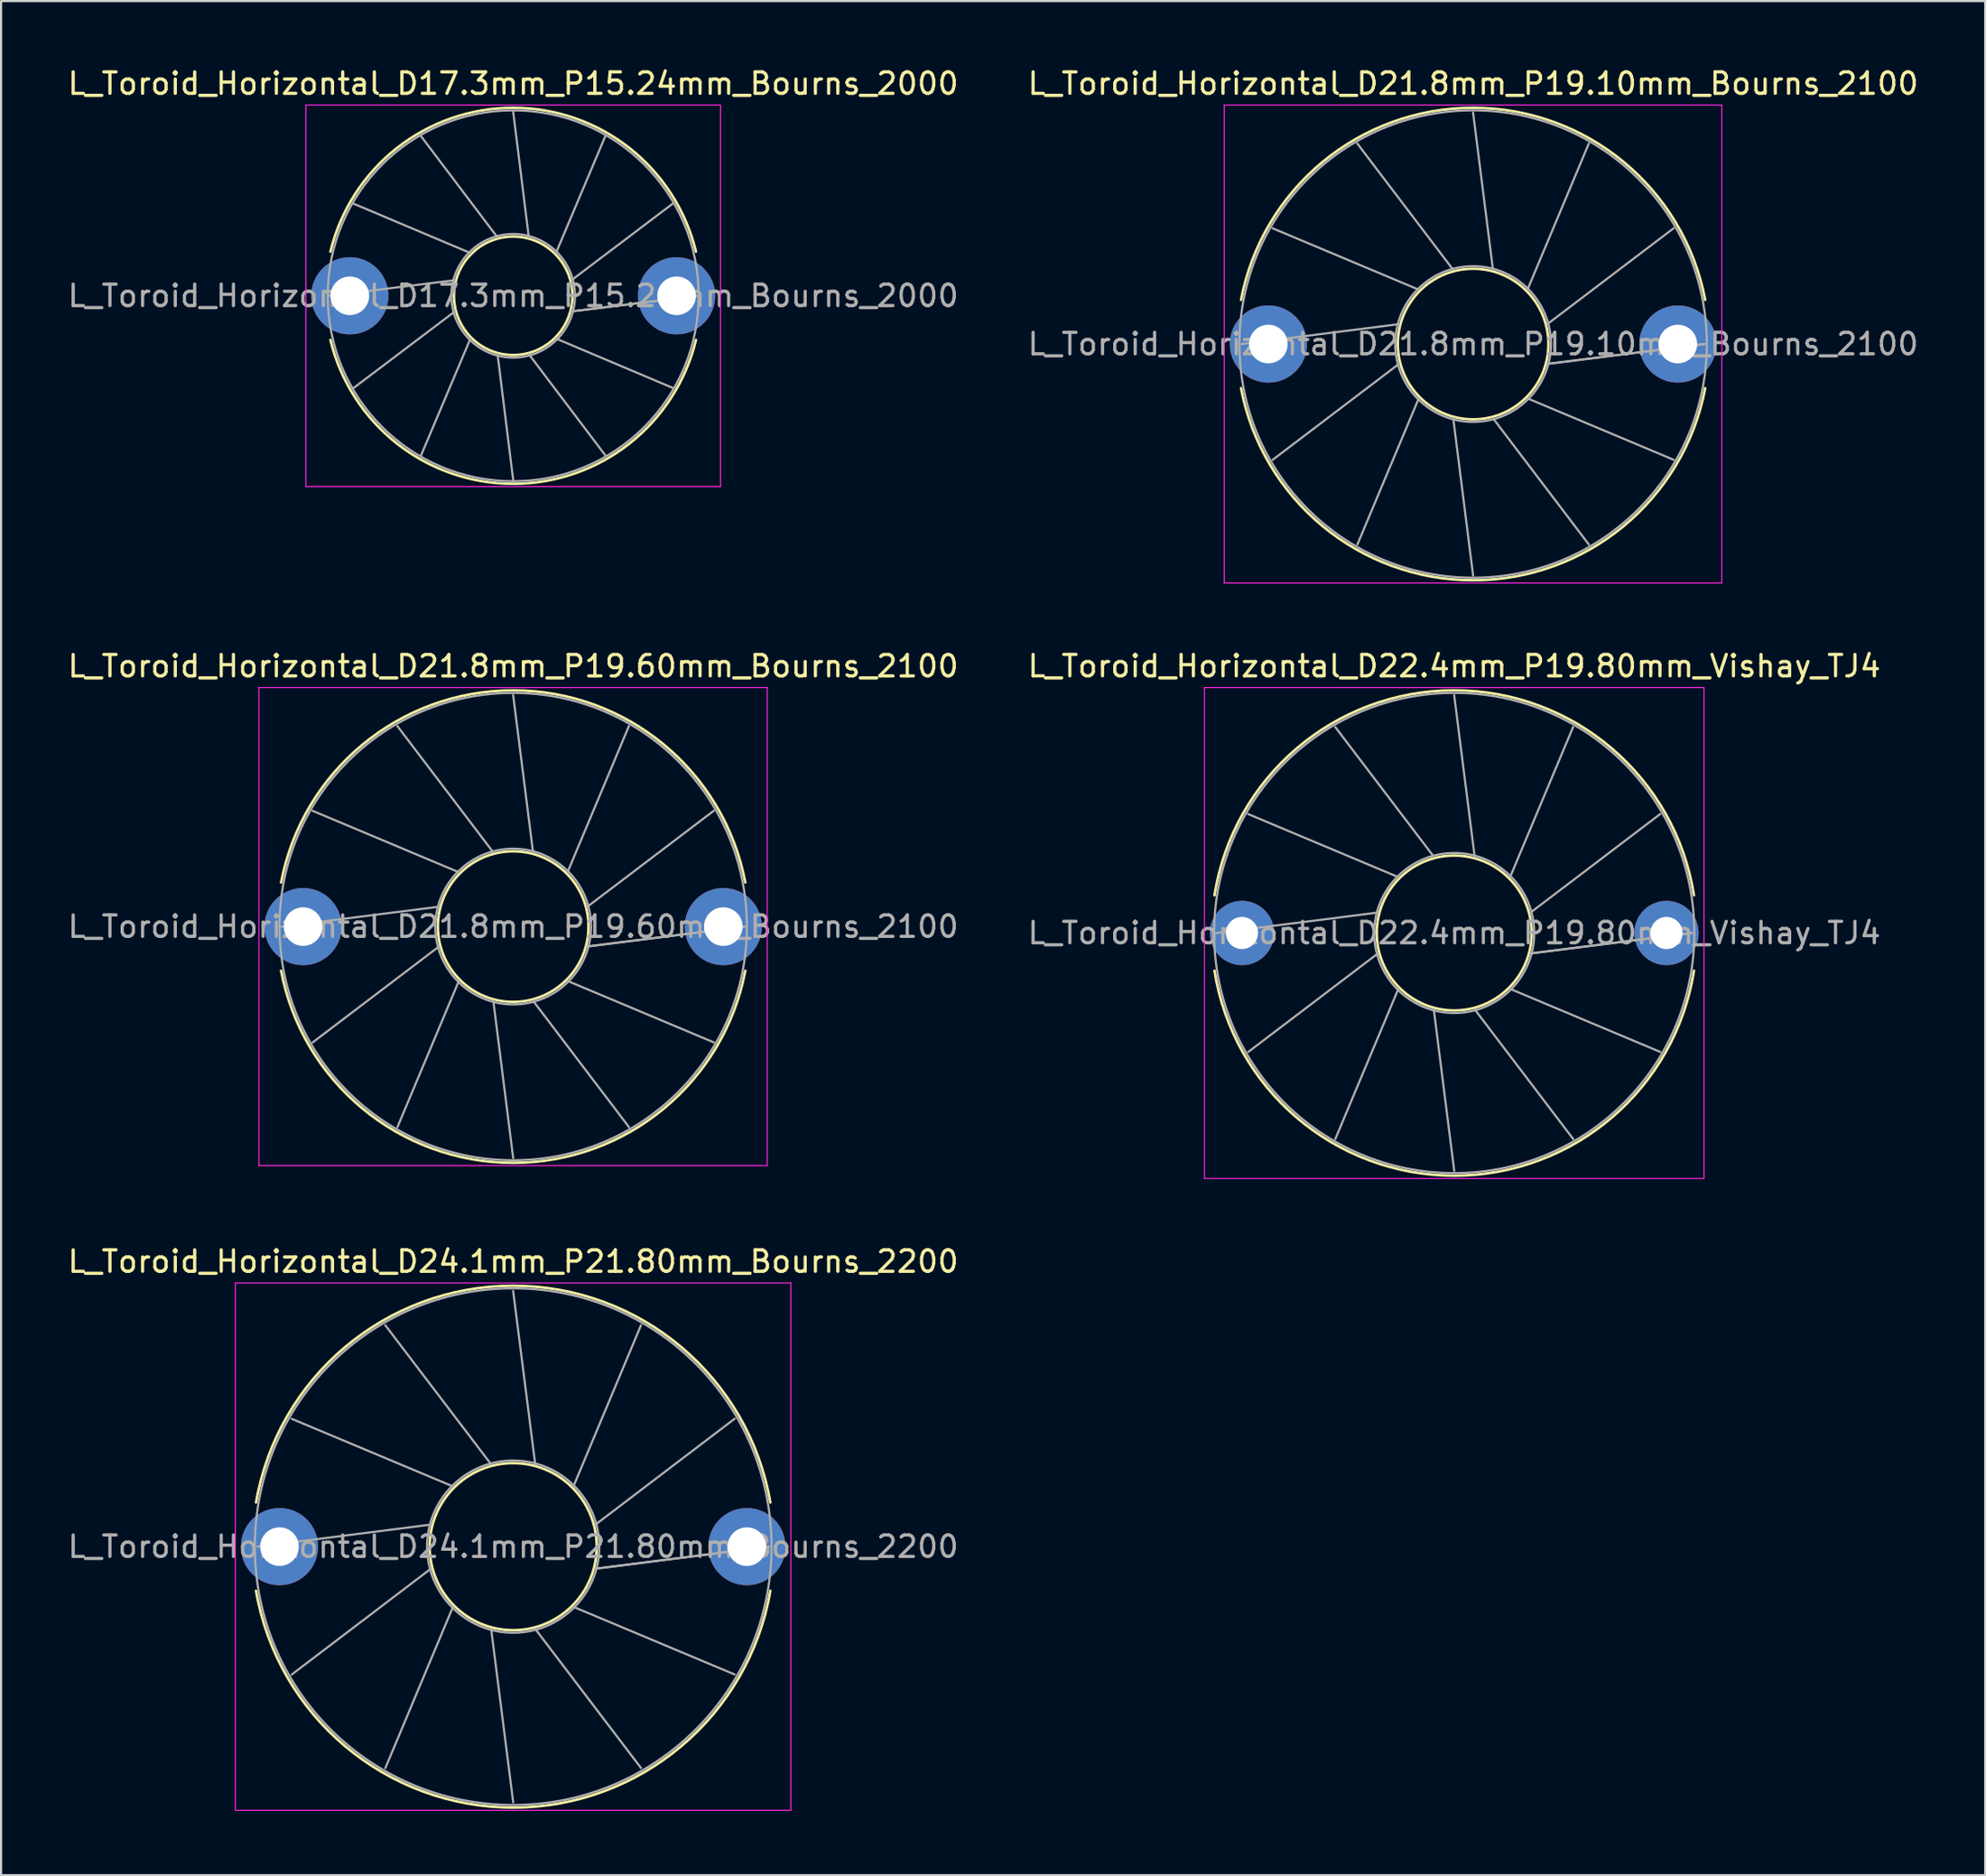
<source format=kicad_pcb>
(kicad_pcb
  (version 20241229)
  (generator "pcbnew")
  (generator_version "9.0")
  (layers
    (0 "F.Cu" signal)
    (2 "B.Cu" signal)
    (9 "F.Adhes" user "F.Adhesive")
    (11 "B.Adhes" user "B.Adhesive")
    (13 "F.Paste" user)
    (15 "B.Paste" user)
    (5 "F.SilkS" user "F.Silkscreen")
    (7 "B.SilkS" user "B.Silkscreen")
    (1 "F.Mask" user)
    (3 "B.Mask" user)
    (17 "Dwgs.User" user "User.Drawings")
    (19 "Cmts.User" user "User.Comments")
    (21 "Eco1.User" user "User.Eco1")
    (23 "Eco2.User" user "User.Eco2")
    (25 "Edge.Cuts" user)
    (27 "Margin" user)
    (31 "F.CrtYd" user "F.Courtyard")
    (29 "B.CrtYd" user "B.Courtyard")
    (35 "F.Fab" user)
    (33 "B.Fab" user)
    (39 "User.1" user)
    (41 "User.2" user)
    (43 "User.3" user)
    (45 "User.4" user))
  (footprint "L_Toroid_Horizontal_D21.8mm_P19.60mm_Bourns_2100"
    (layer "F.Cu")
    (at 11.087 40.172)
    (property "Reference" "L_Toroid_Horizontal_D21.8mm_P19.60mm_Bourns_2100" (at 9.8 -12.15 0) (layer "F.SilkS") (effects (font (size 1 1) (thickness 0.15))))
    (attr through_hole)
    (fp_arc (start -1.025747 -2.06) (mid 9.8 -11.02) (end 20.625747 -2.06) (stroke (width 0.12) (type solid)) (layer "F.SilkS"))
    (fp_arc (start 20.625747 2.06) (mid 9.8 11.02) (end -1.025747 2.06) (stroke (width 0.12) (type solid)) (layer "F.SilkS"))
    (fp_circle (center 9.8 0) (end 13.313 0) (stroke (width 0.12) (type solid)) (fill no) (layer "F.SilkS"))
    (fp_line (start -2.06 -11.15) (end -2.06 11.15) (stroke (width 0.05) (type solid)) (layer "F.CrtYd"))
    (fp_line (start -2.06 11.15) (end 21.65 11.15) (stroke (width 0.05) (type solid)) (layer "F.CrtYd"))
    (fp_line (start 21.65 -11.15) (end -2.06 -11.15) (stroke (width 0.05) (type solid)) (layer "F.CrtYd"))
    (fp_line (start 21.65 11.15) (end 21.65 -11.15) (stroke (width 0.05) (type solid)) (layer "F.CrtYd"))
    (fp_line (start -1 0.001) (end 6.338 -0.927) (stroke (width 0.1) (type solid)) (layer "F.Fab"))
    (fp_line (start 0.447 -5.399) (end 7.266 -2.534) (stroke (width 0.1) (type solid)) (layer "F.Fab"))
    (fp_line (start 0.448 5.401) (end 6.339 0.928) (stroke (width 0.1) (type solid)) (layer "F.Fab"))
    (fp_line (start 4.399 -9.352) (end 8.872 -3.461) (stroke (width 0.1) (type solid)) (layer "F.Fab"))
    (fp_line (start 4.401 9.353) (end 7.266 2.534) (stroke (width 0.1) (type solid)) (layer "F.Fab"))
    (fp_line (start 9.798 -10.8) (end 10.727 -3.462) (stroke (width 0.1) (type solid)) (layer "F.Fab"))
    (fp_line (start 9.8 10.8) (end 8.873 3.462) (stroke (width 0.1) (type solid)) (layer "F.Fab"))
    (fp_line (start 15.198 -9.354) (end 12.334 -2.534) (stroke (width 0.1) (type solid)) (layer "F.Fab"))
    (fp_line (start 15.2 9.353) (end 10.728 3.461) (stroke (width 0.1) (type solid)) (layer "F.Fab"))
    (fp_line (start 19.152 -5.401) (end 13.261 -0.928) (stroke (width 0.1) (type solid)) (layer "F.Fab"))
    (fp_line (start 19.153 5.4) (end 12.334 2.534) (stroke (width 0.1) (type solid)) (layer "F.Fab"))
    (fp_line (start 20.6 -0.002) (end 13.262 0.927) (stroke (width 0.1) (type solid)) (layer "F.Fab"))
    (fp_line (start 20.6 0) (end 13.261 0.927) (stroke (width 0.1) (type solid)) (layer "F.Fab"))
    (fp_circle (center 9.8 0) (end 13.433 0) (stroke (width 0.1) (type solid)) (fill no) (layer "F.Fab"))
    (fp_circle (center 9.8 0) (end 20.7 0) (stroke (width 0.1) (type solid)) (fill no) (layer "F.Fab"))
    (fp_text user "${REFERENCE}" (at 9.8 0 0) (layer "F.Fab") (effects (font (size 1 1) (thickness 0.15))))
    (pad "1" thru_hole circle (at 0 0) (size 3.6 3.6) (drill 1.8) (layers "*.Cu" "*.Mask"))
    (pad "2" thru_hole circle (at 19.6 0) (size 3.6 3.6) (drill 1.8) (layers "*.Cu" "*.Mask")))
  (footprint "L_Toroid_Horizontal_D21.8mm_P19.10mm_Bourns_2100"
    (layer "F.Cu")
    (at 56.111 12.998)
    (property "Reference" "L_Toroid_Horizontal_D21.8mm_P19.10mm_Bourns_2100" (at 9.55 -12.15 0) (layer "F.SilkS") (effects (font (size 1 1) (thickness 0.15))))
    (attr through_hole)
    (fp_arc (start -1.275747 -2.06) (mid 9.55 -11.02) (end 20.375747 -2.06) (stroke (width 0.12) (type solid)) (layer "F.SilkS"))
    (fp_arc (start 20.375747 2.06) (mid 9.55 11.02) (end -1.275747 2.06) (stroke (width 0.12) (type solid)) (layer "F.SilkS"))
    (fp_circle (center 9.55 0) (end 13.063 0) (stroke (width 0.12) (type solid)) (fill no) (layer "F.SilkS"))
    (fp_line (start -2.06 -11.15) (end -2.06 11.15) (stroke (width 0.05) (type solid)) (layer "F.CrtYd"))
    (fp_line (start -2.06 11.15) (end 21.15 11.15) (stroke (width 0.05) (type solid)) (layer "F.CrtYd"))
    (fp_line (start 21.15 -11.15) (end -2.06 -11.15) (stroke (width 0.05) (type solid)) (layer "F.CrtYd"))
    (fp_line (start 21.15 11.15) (end 21.15 -11.15) (stroke (width 0.05) (type solid)) (layer "F.CrtYd"))
    (fp_line (start -1.25 0.001) (end 6.088 -0.927) (stroke (width 0.1) (type solid)) (layer "F.Fab"))
    (fp_line (start 0.197 -5.399) (end 7.016 -2.534) (stroke (width 0.1) (type solid)) (layer "F.Fab"))
    (fp_line (start 0.198 5.401) (end 6.089 0.928) (stroke (width 0.1) (type solid)) (layer "F.Fab"))
    (fp_line (start 4.149 -9.352) (end 8.622 -3.461) (stroke (width 0.1) (type solid)) (layer "F.Fab"))
    (fp_line (start 4.151 9.353) (end 7.016 2.534) (stroke (width 0.1) (type solid)) (layer "F.Fab"))
    (fp_line (start 9.548 -10.8) (end 10.477 -3.462) (stroke (width 0.1) (type solid)) (layer "F.Fab"))
    (fp_line (start 9.55 10.8) (end 8.623 3.462) (stroke (width 0.1) (type solid)) (layer "F.Fab"))
    (fp_line (start 14.948 -9.354) (end 12.084 -2.534) (stroke (width 0.1) (type solid)) (layer "F.Fab"))
    (fp_line (start 14.95 9.353) (end 10.478 3.461) (stroke (width 0.1) (type solid)) (layer "F.Fab"))
    (fp_line (start 18.902 -5.401) (end 13.011 -0.928) (stroke (width 0.1) (type solid)) (layer "F.Fab"))
    (fp_line (start 18.903 5.4) (end 12.084 2.534) (stroke (width 0.1) (type solid)) (layer "F.Fab"))
    (fp_line (start 20.35 -0.002) (end 13.012 0.927) (stroke (width 0.1) (type solid)) (layer "F.Fab"))
    (fp_line (start 20.35 0) (end 13.011 0.927) (stroke (width 0.1) (type solid)) (layer "F.Fab"))
    (fp_circle (center 9.55 0) (end 13.183 0) (stroke (width 0.1) (type solid)) (fill no) (layer "F.Fab"))
    (fp_circle (center 9.55 0) (end 20.45 0) (stroke (width 0.1) (type solid)) (fill no) (layer "F.Fab"))
    (fp_text user "${REFERENCE}" (at 9.55 0 0) (layer "F.Fab") (effects (font (size 1 1) (thickness 0.15))))
    (pad "1" thru_hole circle (at 0 0) (size 3.6 3.6) (drill 1.8) (layers "*.Cu" "*.Mask"))
    (pad "2" thru_hole circle (at 19.1 0) (size 3.6 3.6) (drill 1.8) (layers "*.Cu" "*.Mask")))
  (footprint "L_Toroid_Horizontal_D17.3mm_P15.24mm_Bourns_2000"
    (layer "F.Cu")
    (at 13.267 10.748)
    (property "Reference" "L_Toroid_Horizontal_D17.3mm_P15.24mm_Bourns_2000" (at 7.62 -9.9 0) (layer "F.SilkS") (effects (font (size 1 1) (thickness 0.15))))
    (attr through_hole)
    (fp_arc (start -0.904629 -2.06) (mid 7.62 -8.77) (end 16.144629 -2.06) (stroke (width 0.12) (type solid)) (layer "F.SilkS"))
    (fp_arc (start 16.144629 2.06) (mid 7.62 8.77) (end -0.904629 2.06) (stroke (width 0.12) (type solid)) (layer "F.SilkS"))
    (fp_circle (center 7.62 0) (end 10.383 0) (stroke (width 0.12) (type solid)) (fill no) (layer "F.SilkS"))
    (fp_line (start -2.05 -8.9) (end -2.05 8.9) (stroke (width 0.05) (type solid)) (layer "F.CrtYd"))
    (fp_line (start -2.05 8.9) (end 17.29 8.9) (stroke (width 0.05) (type solid)) (layer "F.CrtYd"))
    (fp_line (start 17.29 -8.9) (end -2.05 -8.9) (stroke (width 0.05) (type solid)) (layer "F.CrtYd"))
    (fp_line (start 17.29 8.9) (end 17.29 -8.9) (stroke (width 0.05) (type solid)) (layer "F.CrtYd"))
    (fp_line (start -0.975 0.001) (end 4.897 -0.729) (stroke (width 0.1) (type solid)) (layer "F.Fab"))
    (fp_line (start 0.176 -4.296) (end 5.627 -1.993) (stroke (width 0.1) (type solid)) (layer "F.Fab"))
    (fp_line (start 0.177 4.298) (end 4.898 0.73) (stroke (width 0.1) (type solid)) (layer "F.Fab"))
    (fp_line (start 3.322 -7.443) (end 6.89 -2.722) (stroke (width 0.1) (type solid)) (layer "F.Fab"))
    (fp_line (start 3.323 7.443) (end 5.627 1.993) (stroke (width 0.1) (type solid)) (layer "F.Fab"))
    (fp_line (start 7.619 -8.595) (end 8.349 -2.723) (stroke (width 0.1) (type solid)) (layer "F.Fab"))
    (fp_line (start 7.62 8.595) (end 6.891 2.723) (stroke (width 0.1) (type solid)) (layer "F.Fab"))
    (fp_line (start 11.916 -7.444) (end 9.613 -1.993) (stroke (width 0.1) (type solid)) (layer "F.Fab"))
    (fp_line (start 11.918 7.443) (end 8.35 2.723) (stroke (width 0.1) (type solid)) (layer "F.Fab"))
    (fp_line (start 15.062 -4.299) (end 10.342 -0.73) (stroke (width 0.1) (type solid)) (layer "F.Fab"))
    (fp_line (start 15.063 4.297) (end 9.613 1.993) (stroke (width 0.1) (type solid)) (layer "F.Fab"))
    (fp_line (start 16.215 -0.002) (end 10.343 0.729) (stroke (width 0.1) (type solid)) (layer "F.Fab"))
    (fp_line (start 16.215 0) (end 10.343 0.729) (stroke (width 0.1) (type solid)) (layer "F.Fab"))
    (fp_circle (center 7.62 0) (end 10.503 0) (stroke (width 0.1) (type solid)) (fill no) (layer "F.Fab"))
    (fp_circle (center 7.62 0) (end 16.27 0) (stroke (width 0.1) (type solid)) (fill no) (layer "F.Fab"))
    (fp_text user "${REFERENCE}" (at 7.62 0 0) (layer "F.Fab") (effects (font (size 1 1) (thickness 0.15))))
    (pad "1" thru_hole circle (at 0 0) (size 3.6 3.6) (drill 1.8) (layers "*.Cu" "*.Mask"))
    (pad "2" thru_hole circle (at 15.24 0) (size 3.6 3.6) (drill 1.8) (layers "*.Cu" "*.Mask")))
  (footprint "L_Toroid_Horizontal_D24.1mm_P21.80mm_Bourns_2200"
    (layer "F.Cu")
    (at 9.987 69.095)
    (property "Reference" "L_Toroid_Horizontal_D24.1mm_P21.80mm_Bourns_2200" (at 10.9 -13.3 0) (layer "F.SilkS") (effects (font (size 1 1) (thickness 0.15))))
    (attr through_hole)
    (fp_arc (start -1.094386 -2.06) (mid 10.9 -12.17) (end 22.894386 -2.06) (stroke (width 0.12) (type solid)) (layer "F.SilkS"))
    (fp_arc (start 22.894386 2.06) (mid 10.9 12.17) (end -1.094386 2.06) (stroke (width 0.12) (type solid)) (layer "F.SilkS"))
    (fp_circle (center 10.9 0) (end 14.797 0) (stroke (width 0.12) (type solid)) (fill no) (layer "F.SilkS"))
    (fp_line (start -2.06 -12.3) (end -2.06 12.3) (stroke (width 0.05) (type solid)) (layer "F.CrtYd"))
    (fp_line (start -2.06 12.3) (end 23.85 12.3) (stroke (width 0.05) (type solid)) (layer "F.CrtYd"))
    (fp_line (start 23.85 -12.3) (end -2.06 -12.3) (stroke (width 0.05) (type solid)) (layer "F.CrtYd"))
    (fp_line (start 23.85 12.3) (end 23.85 -12.3) (stroke (width 0.05) (type solid)) (layer "F.CrtYd"))
    (fp_line (start -1.027 0.001) (end 7.061 -1.028) (stroke (width 0.1) (type solid)) (layer "F.Fab"))
    (fp_line (start 0.571 -5.962) (end 8.089 -2.81) (stroke (width 0.1) (type solid)) (layer "F.Fab"))
    (fp_line (start 0.572 5.964) (end 7.061 1.029) (stroke (width 0.1) (type solid)) (layer "F.Fab"))
    (fp_line (start 4.935 -10.328) (end 9.871 -3.839) (stroke (width 0.1) (type solid)) (layer "F.Fab"))
    (fp_line (start 4.937 10.329) (end 8.09 2.811) (stroke (width 0.1) (type solid)) (layer "F.Fab"))
    (fp_line (start 10.898 -11.927) (end 11.928 -3.839) (stroke (width 0.1) (type solid)) (layer "F.Fab"))
    (fp_line (start 10.901 11.927) (end 9.872 3.839) (stroke (width 0.1) (type solid)) (layer "F.Fab"))
    (fp_line (start 16.862 -10.33) (end 13.71 -2.811) (stroke (width 0.1) (type solid)) (layer "F.Fab"))
    (fp_line (start 16.864 10.329) (end 11.929 3.839) (stroke (width 0.1) (type solid)) (layer "F.Fab"))
    (fp_line (start 21.228 -5.965) (end 14.739 -1.029) (stroke (width 0.1) (type solid)) (layer "F.Fab"))
    (fp_line (start 21.229 5.963) (end 13.711 2.81) (stroke (width 0.1) (type solid)) (layer "F.Fab"))
    (fp_line (start 22.827 -0.002) (end 14.739 1.028) (stroke (width 0.1) (type solid)) (layer "F.Fab"))
    (fp_line (start 22.827 0) (end 14.739 1.029) (stroke (width 0.1) (type solid)) (layer "F.Fab"))
    (fp_circle (center 10.9 0) (end 14.917 0) (stroke (width 0.1) (type solid)) (fill no) (layer "F.Fab"))
    (fp_circle (center 10.9 0) (end 22.95 0) (stroke (width 0.1) (type solid)) (fill no) (layer "F.Fab"))
    (fp_text user "${REFERENCE}" (at 10.9 0 0) (layer "F.Fab") (effects (font (size 1 1) (thickness 0.15))))
    (pad "1" thru_hole circle (at 0 0) (size 3.6 3.6) (drill 1.8) (layers "*.Cu" "*.Mask"))
    (pad "2" thru_hole circle (at 21.8 0) (size 3.6 3.6) (drill 1.8) (layers "*.Cu" "*.Mask")))
  (footprint "L_Toroid_Horizontal_D22.4mm_P19.80mm_Vishay_TJ4"
    (layer "F.Cu")
    (at 54.88 40.471)
    (property "Reference" "L_Toroid_Horizontal_D22.4mm_P19.80mm_Vishay_TJ4" (at 9.9 -12.45 0) (layer "F.SilkS") (effects (font (size 1 1) (thickness 0.15))))
    (attr through_hole)
    (fp_arc (start -1.282343 -1.76) (mid 9.9 -11.32) (end 21.082343 -1.76) (stroke (width 0.12) (type solid)) (layer "F.SilkS"))
    (fp_arc (start 21.082343 1.76) (mid 9.9 11.32) (end -1.282343 1.76) (stroke (width 0.12) (type solid)) (layer "F.SilkS"))
    (fp_circle (center 9.9 0) (end 13.513 0) (stroke (width 0.12) (type solid)) (fill no) (layer "F.SilkS"))
    (fp_line (start -1.75 -11.45) (end -1.75 11.45) (stroke (width 0.05) (type solid)) (layer "F.CrtYd"))
    (fp_line (start -1.75 11.45) (end 21.55 11.45) (stroke (width 0.05) (type solid)) (layer "F.CrtYd"))
    (fp_line (start 21.55 -11.45) (end -1.75 -11.45) (stroke (width 0.05) (type solid)) (layer "F.CrtYd"))
    (fp_line (start 21.55 11.45) (end 21.55 -11.45) (stroke (width 0.05) (type solid)) (layer "F.CrtYd"))
    (fp_line (start -1.194 0.001) (end 6.34 -0.954) (stroke (width 0.1) (type solid)) (layer "F.Fab"))
    (fp_line (start 0.292 -5.546) (end 7.294 -2.606) (stroke (width 0.1) (type solid)) (layer "F.Fab"))
    (fp_line (start 0.293 5.548) (end 6.34 0.954) (stroke (width 0.1) (type solid)) (layer "F.Fab"))
    (fp_line (start 4.352 -9.607) (end 8.946 -3.56) (stroke (width 0.1) (type solid)) (layer "F.Fab"))
    (fp_line (start 4.354 9.608) (end 7.294 2.606) (stroke (width 0.1) (type solid)) (layer "F.Fab"))
    (fp_line (start 9.898 -11.094) (end 10.853 -3.56) (stroke (width 0.1) (type solid)) (layer "F.Fab"))
    (fp_line (start 9.901 11.094) (end 8.946 3.56) (stroke (width 0.1) (type solid)) (layer "F.Fab"))
    (fp_line (start 15.445 -9.608) (end 12.506 -2.607) (stroke (width 0.1) (type solid)) (layer "F.Fab"))
    (fp_line (start 15.447 9.607) (end 10.854 3.56) (stroke (width 0.1) (type solid)) (layer "F.Fab"))
    (fp_line (start 19.506 -5.548) (end 13.46 -0.955) (stroke (width 0.1) (type solid)) (layer "F.Fab"))
    (fp_line (start 19.507 5.547) (end 12.506 2.606) (stroke (width 0.1) (type solid)) (layer "F.Fab"))
    (fp_line (start 20.994 -0.002) (end 13.46 0.953) (stroke (width 0.1) (type solid)) (layer "F.Fab"))
    (fp_line (start 20.994 0) (end 13.46 0.954) (stroke (width 0.1) (type solid)) (layer "F.Fab"))
    (fp_circle (center 9.9 0) (end 13.633 0) (stroke (width 0.1) (type solid)) (fill no) (layer "F.Fab"))
    (fp_circle (center 9.9 0) (end 21.1 0) (stroke (width 0.1) (type solid)) (fill no) (layer "F.Fab"))
    (fp_text user "${REFERENCE}" (at 9.9 0 0) (layer "F.Fab") (effects (font (size 1 1) (thickness 0.15))))
    (pad "1" thru_hole circle (at 0 0) (size 3 3) (drill 1.5) (layers "*.Cu" "*.Mask"))
    (pad "2" thru_hole circle (at 19.8 0) (size 3 3) (drill 1.5) (layers "*.Cu" "*.Mask")))
  (gr_rect
    (start -3 -3)
    (end 89.548 84.42)
    (stroke (width 0.1) (type default))
    (fill no)
    (layer "Edge.Cuts")))
</source>
